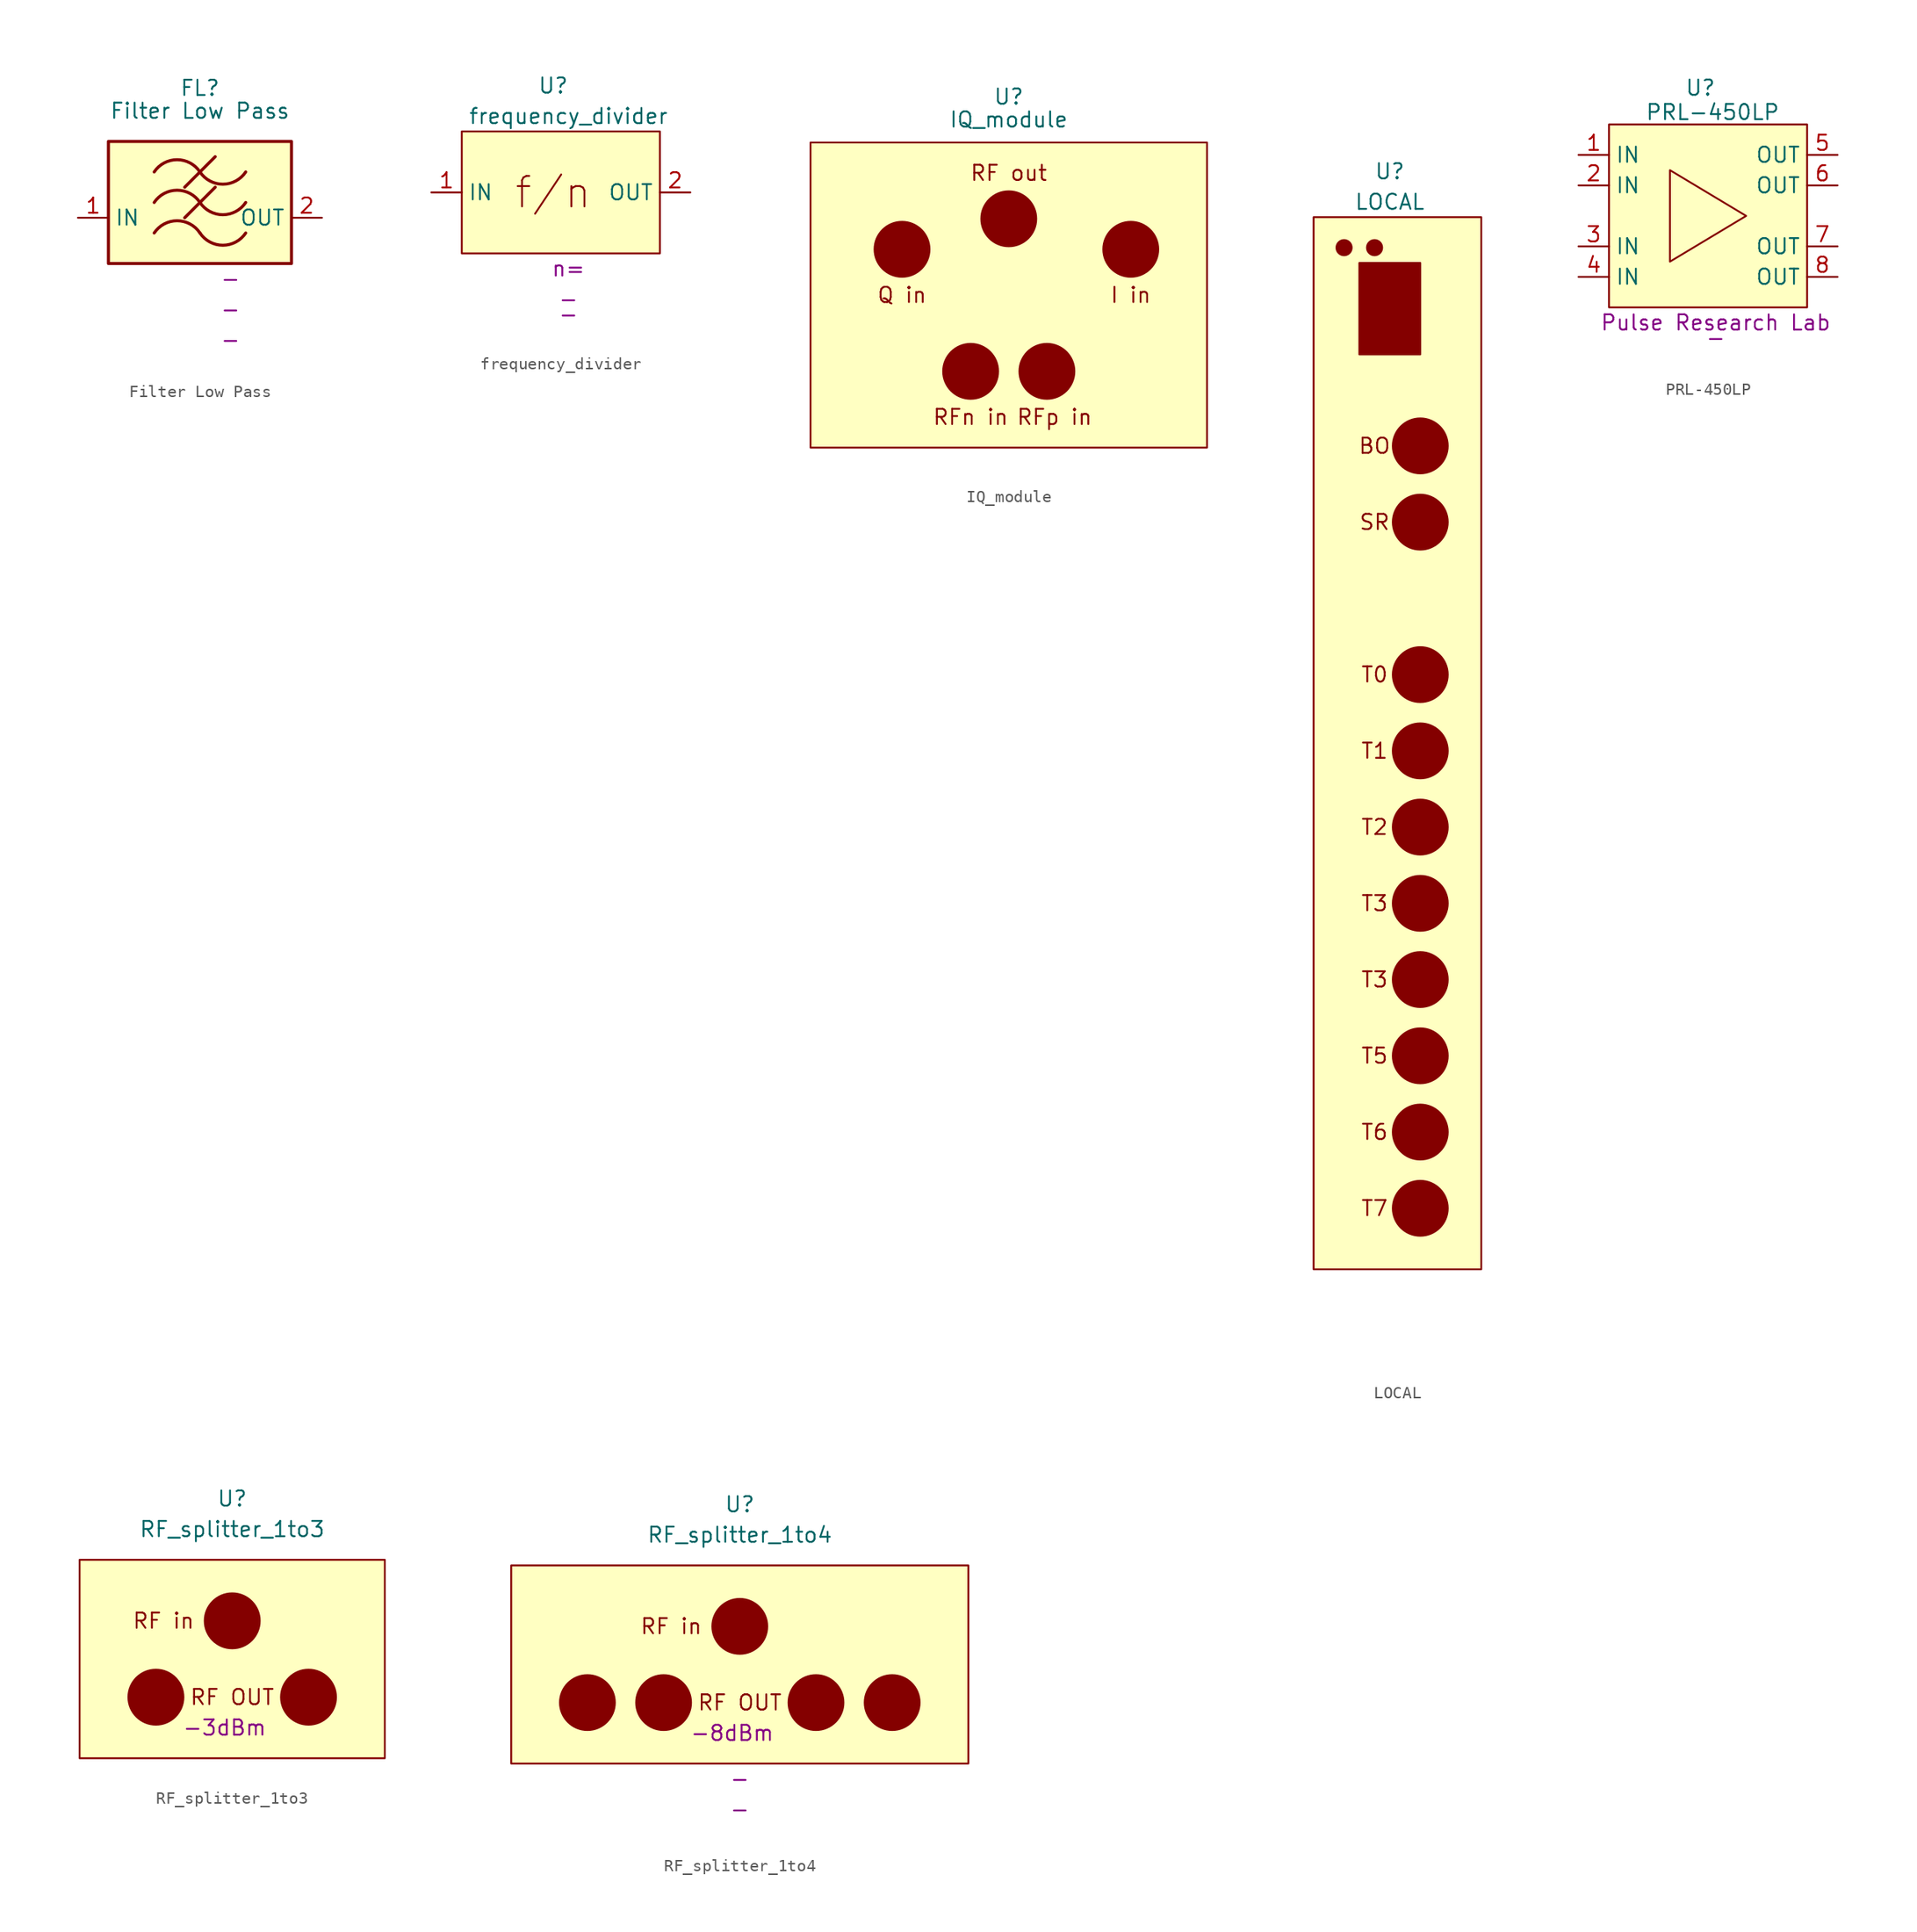
<source format=kicad_sym>
(kicad_symbol_lib
  (version 20231120)
  (generator "kicad_symbol_editor")
  (generator_version "8.0")
  (symbol "Filter Low Pass"
    (property "Reference" "FL"
      (at 0 10.795 0)
      (effects (font (size 1.27 1.27))))
    (property "Value" "Filter Low Pass"
      (at 0 8.89 0)
      (effects (font (size 1.27 1.27))))
    (property "Passband" "-"
      (at 2.54 -5.08 0)
      (effects (font (size 1.27 1.27))))
    (property "Manufacturer" "-"
      (at 2.54 -7.62 0)
      (effects (font (size 1.27 1.27))))
    (property "Manufacturer ref" "-"
      (at 2.54 -10.16 0)
      (effects (font (size 1.27 1.27))))
    (symbol "Filter Low Pass_0_1"
      (rectangle (start -7.62 6.35) (end 7.62 -3.81) (stroke (width 0.254) (type default)) (fill (type background)))
      (arc (start 0 -1.27) (mid -1.905 -0.2505) (end -3.81 -1.27) (stroke (width 0.254) (type default)) (fill (type none)))
      (arc (start 0 -1.27) (mid 1.905 -2.2895) (end 3.81 -1.27) (stroke (width 0.254) (type default)) (fill (type none)))
      (polyline (pts (xy -1.27 0) (xy 1.27 2.54)) (stroke (width 0.254) (type default)) (fill (type none)))
      (polyline (pts (xy -1.27 2.54) (xy 1.27 5.08)) (stroke (width 0.254) (type default)) (fill (type none)))
      (arc (start 0 1.27) (mid -1.905 2.2895) (end -3.81 1.27) (stroke (width 0.254) (type default)) (fill (type none)))
      (arc (start 0 1.27) (mid 1.905 0.2505) (end 3.81 1.27) (stroke (width 0.254) (type default)) (fill (type none)))
      (arc (start 0 3.81) (mid -1.905 4.8295) (end -3.81 3.81) (stroke (width 0.254) (type default)) (fill (type none)))
      (arc (start 0 3.81) (mid 1.905 2.7905) (end 3.81 3.81) (stroke (width 0.254) (type default)) (fill (type none))))
    (symbol "Filter Low Pass_1_1"
      (pin passive line (at -10.16 0 0) (length 2.54) (name "IN" (effects (font (size 1.27 1.27)))) (number "1" (effects (font (size 1.27 1.27)))))
      (pin passive line (at 10.16 0 180) (length 2.54) (name "OUT" (effects (font (size 1.27 1.27)))) (number "2" (effects (font (size 1.27 1.27)))))))
  (symbol "frequency_divider"
    (property "Reference" "U"
      (at 10.16 8.89 0)
      (effects (font (size 1.27 1.27))))
    (property "Value" "frequency_divider"
      (at 11.43 6.35 0)
      (effects (font (size 1.27 1.27))))
    (property "division_ratio" "n="
      (at 11.43 -6.35 0)
      (effects (font (size 1.27 1.27))))
    (property "Manufacturer" "-"
      (at 11.43 -8.89 0)
      (effects (font (size 1.27 1.27))))
    (property "Manufacturer Ref" "-"
      (at 11.43 -10.16 0)
      (effects (font (size 1.27 1.27))))
    (symbol "frequency_divider_0_0"
      (text "f/n" (at 10.16 0 0) (effects (font (size 2.54 2.54)))))
    (symbol "frequency_divider_0_1"
      (rectangle (start 2.54 5.08) (end 19.05 -5.08) (stroke (width 0.152) (type default)) (fill (type background))))
    (symbol "frequency_divider_1_1"
      (pin input line (at 0 0 0) (length 2.54) (name "IN" (effects (font (size 1.27 1.27)))) (number "1" (effects (font (size 1.27 1.27)))))
      (pin output line (at 21.59 0 180) (length 2.54) (name "OUT" (effects (font (size 1.27 1.27)))) (number "2" (effects (font (size 1.27 1.27)))))))
  (symbol "IQ_module"
    (property "Reference" "U"
      (at 0 10.16 0)
      (effects (font (size 1.27 1.27))))
    (property "Value" "IQ_module"
      (at 0 8.255 0)
      (effects (font (size 1.27 1.27))))
    (symbol "IQ_module_0_0"
      (rectangle (start -16.51 6.35) (end 16.51 -19.05) (stroke (width 0.152) (type default)) (fill (type background)))
      (text "I in" (at 10.16 -6.35 0) (effects (font (size 1.27 1.27))))
      (text "Q in" (at -8.89 -6.35 0) (effects (font (size 1.27 1.27))))
      (text "RF out" (at 0 3.81 0) (effects (font (size 1.27 1.27))))
      (text "RFn in" (at -3.175 -16.51 0) (effects (font (size 1.27 1.27))))
      (text "RFp in" (at 3.81 -16.51 0) (effects (font (size 1.27 1.27)))))
    (symbol "IQ_module_0_1"
      (circle (center -8.89 -2.54) (radius 2.289) (stroke (width 0.152) (type default)) (fill (type outline)))
      (circle (center -3.175 -12.7) (radius 2.289) (stroke (width 0.152) (type default)) (fill (type outline)))
      (circle (center 0 0) (radius 2.289) (stroke (width 0.152) (type default)) (fill (type outline)))
      (circle (center 3.175 -12.7) (radius 2.289) (stroke (width 0.152) (type default)) (fill (type outline)))
      (circle (center 10.16 -2.54) (radius 2.289) (stroke (width 0.152) (type default)) (fill (type outline))))
    (symbol "IQ_module_1_1"
      (pin output line (at 0 0 90) (length 2.54) hide (name "RF_OUT" (effects (font (size 1.27 1.27)))) (number "1" (effects (font (size 1.27 1.27)))))
      (pin input line (at -8.89 -2.54 90) (length 2.54) hide (name "Q_in" (effects (font (size 1.27 1.27)))) (number "2" (effects (font (size 1.27 1.27)))))
      (pin input line (at 10.16 -2.54 90) (length 2.54) hide (name "I_in" (effects (font (size 1.27 1.27)))) (number "3" (effects (font (size 1.27 1.27)))))
      (pin input line (at -3.175 -12.7 90) (length 2.54) hide (name "RFn_in" (effects (font (size 1.27 1.27)))) (number "4" (effects (font (size 1.27 1.27)))))
      (pin input line (at 3.175 -12.7 90) (length 2.54) hide (name "RFp_in" (effects (font (size 1.27 1.27)))) (number "5" (effects (font (size 1.27 1.27)))))))
  (symbol "LOCAL"
    (property "Reference" "U"
      (at 0 10.16 0)
      (effects (font (size 1.27 1.27))))
    (property "Value" "LOCAL"
      (at 0 7.62 0)
      (effects (font (size 1.27 1.27))))
    (symbol "LOCAL_0_0"
      (rectangle (start -6.35 6.35) (end 7.62 -81.28) (stroke (width 0.152) (type default)) (fill (type background)))
      (circle (center -3.81 3.81) (radius 0.635) (stroke (width 0.152) (type default)) (fill (type outline)))
      (circle (center -1.27 3.81) (radius 0.635) (stroke (width 0.152) (type default)) (fill (type outline)))
      (text "BO" (at -1.27 -12.7 0) (effects (font (size 1.27 1.27))))
      (text "SR" (at -1.27 -19.05 0) (effects (font (size 1.27 1.27))))
      (text "T0" (at -1.27 -31.75 0) (effects (font (size 1.27 1.27))))
      (text "T1" (at -1.27 -38.1 0) (effects (font (size 1.27 1.27))))
      (text "T2" (at -1.27 -44.45 0) (effects (font (size 1.27 1.27))))
      (text "T3" (at -1.27 -57.15 0) (effects (font (size 1.27 1.27))))
      (text "T3" (at -1.27 -50.8 0) (effects (font (size 1.27 1.27))))
      (text "T5" (at -1.27 -63.5 0) (effects (font (size 1.27 1.27))))
      (text "T6" (at -1.27 -69.85 0) (effects (font (size 1.27 1.27))))
      (text "T7" (at -1.27 -76.2 0) (effects (font (size 1.27 1.27)))))
    (symbol "LOCAL_0_1"
      (rectangle (start -2.54 2.54) (end 2.54 -5.08) (stroke (width 0.152) (type default)) (fill (type outline)))
      (circle (center 2.54 -76.2) (radius 2.289) (stroke (width 0.152) (type default)) (fill (type outline)))
      (circle (center 2.54 -69.85) (radius 2.289) (stroke (width 0.152) (type default)) (fill (type outline)))
      (circle (center 2.54 -63.5) (radius 2.289) (stroke (width 0.152) (type default)) (fill (type outline)))
      (circle (center 2.54 -57.15) (radius 2.289) (stroke (width 0.152) (type default)) (fill (type outline)))
      (circle (center 2.54 -50.8) (radius 2.289) (stroke (width 0.152) (type default)) (fill (type outline)))
      (circle (center 2.54 -44.45) (radius 2.289) (stroke (width 0.152) (type default)) (fill (type outline)))
      (circle (center 2.54 -38.1) (radius 2.289) (stroke (width 0.152) (type default)) (fill (type outline)))
      (circle (center 2.54 -31.75) (radius 2.289) (stroke (width 0.152) (type default)) (fill (type outline)))
      (circle (center 2.54 -19.05) (radius 2.289) (stroke (width 0.152) (type default)) (fill (type outline)))
      (circle (center 2.54 -12.7) (radius 2.289) (stroke (width 0.152) (type default)) (fill (type outline))))
    (symbol "LOCAL_1_1"
      (pin input line (at 0 -1.27 180) (length 2.54) hide (name "OP-IN" (effects (font (size 1.27 1.27)))) (number "1" (effects (font (size 1.27 1.27)))))
      (pin output line (at 2.54 -69.85 180) (length 2.54) hide (name "T6" (effects (font (size 1.27 1.27)))) (number "10" (effects (font (size 1.27 1.27)))))
      (pin output line (at 2.54 -76.2 180) (length 2.54) hide (name "T7" (effects (font (size 1.27 1.27)))) (number "11" (effects (font (size 1.27 1.27)))))
      (pin output clock (at 2.54 -12.7 180) (length 2.54) hide (name "CLK-BO" (effects (font (size 1.27 1.27)))) (number "2" (effects (font (size 1.27 1.27)))))
      (pin output clock (at 2.54 -19.05 180) (length 2.54) hide (name "CLK-SR" (effects (font (size 1.27 1.27)))) (number "3" (effects (font (size 1.27 1.27)))))
      (pin output line (at 2.54 -31.75 180) (length 2.54) hide (name "T0" (effects (font (size 1.27 1.27)))) (number "4" (effects (font (size 1.27 1.27)))))
      (pin output line (at 2.54 -38.1 180) (length 2.54) hide (name "T1" (effects (font (size 1.27 1.27)))) (number "5" (effects (font (size 1.27 1.27)))))
      (pin output line (at 2.54 -44.45 180) (length 2.54) hide (name "T2" (effects (font (size 1.27 1.27)))) (number "6" (effects (font (size 1.27 1.27)))))
      (pin output line (at 2.54 -50.8 180) (length 2.54) hide (name "T3" (effects (font (size 1.27 1.27)))) (number "7" (effects (font (size 1.27 1.27)))))
      (pin output line (at 2.54 -57.15 180) (length 2.54) hide (name "T4" (effects (font (size 1.27 1.27)))) (number "8" (effects (font (size 1.27 1.27)))))
      (pin output line (at 2.54 -63.5 180) (length 2.54) hide (name "T5" (effects (font (size 1.27 1.27)))) (number "9" (effects (font (size 1.27 1.27)))))))
  (symbol "PRL-450LP"
    (property "Reference" "U"
      (at 0 10.668 0)
      (effects (font (size 1.27 1.27))))
    (property "Value" "PRL-450LP"
      (at 1.016 8.636 0)
      (effects (font (size 1.27 1.27))))
    (property "Manufacturer" "Pulse Research Lab"
      (at 1.27 -8.89 0)
      (effects (font (size 1.27 1.27))))
    (property "Manufacturer Ref" "-"
      (at 1.27 -10.16 0)
      (effects (font (size 1.27 1.27))))
    (symbol "PRL-450LP_0_1"
      (rectangle (start -7.62 7.62) (end 8.89 -7.62) (stroke (width 0.152) (type default)) (fill (type background)))
      (polyline (pts (xy -2.54 3.81) (xy 3.81 0) (xy -2.54 -3.81) (xy -2.54 3.81)) (stroke (width 0.152) (type default)) (fill (type none))))
    (symbol "PRL-450LP_1_1"
      (pin input line (at -10.16 5.08 0) (length 2.54) (name "IN" (effects (font (size 1.27 1.27)))) (number "1" (effects (font (size 1.27 1.27)))))
      (pin input line (at -10.16 2.54 0) (length 2.54) (name "IN" (effects (font (size 1.27 1.27)))) (number "2" (effects (font (size 1.27 1.27)))))
      (pin input line (at -10.16 -2.54 0) (length 2.54) (name "IN" (effects (font (size 1.27 1.27)))) (number "3" (effects (font (size 1.27 1.27)))))
      (pin input line (at -10.16 -5.08 0) (length 2.54) (name "IN" (effects (font (size 1.27 1.27)))) (number "4" (effects (font (size 1.27 1.27)))))
      (pin output line (at 11.43 5.08 180) (length 2.54) (name "OUT" (effects (font (size 1.27 1.27)))) (number "5" (effects (font (size 1.27 1.27)))))
      (pin output line (at 11.43 2.54 180) (length 2.54) (name "OUT" (effects (font (size 1.27 1.27)))) (number "6" (effects (font (size 1.27 1.27)))))
      (pin output line (at 11.43 -2.54 180) (length 2.54) (name "OUT" (effects (font (size 1.27 1.27)))) (number "7" (effects (font (size 1.27 1.27)))))
      (pin output line (at 11.43 -5.08 180) (length 2.54) (name "OUT" (effects (font (size 1.27 1.27)))) (number "8" (effects (font (size 1.27 1.27)))))))
  (symbol "RF_splitter_1to3"
    (property "Reference" "U"
      (at 0 10.16 0)
      (effects (font (size 1.27 1.27))))
    (property "Value" "RF_splitter_1to3"
      (at 0 7.62 0)
      (effects (font (size 1.27 1.27))))
    (property "Attenuation" "-3dBm"
      (at -0.635 -8.89 0)
      (effects (font (size 1.27 1.27))))
    (symbol "RF_splitter_1to3_0_0"
      (rectangle (start -12.7 5.08) (end 12.7 -11.43) (stroke (width 0.152) (type default)) (fill (type background)))
      (text "RF in" (at -5.715 0 0) (effects (font (size 1.27 1.27))))
      (text "RF OUT" (at 0 -6.35 0) (effects (font (size 1.27 1.27)))))
    (symbol "RF_splitter_1to3_0_1"
      (circle (center -6.35 -6.35) (radius 2.289) (stroke (width 0.152) (type default)) (fill (type outline)))
      (circle (center 0 0) (radius 2.289) (stroke (width 0.152) (type default)) (fill (type outline)))
      (circle (center 6.35 -6.35) (radius 2.289) (stroke (width 0.152) (type default)) (fill (type outline))))
    (symbol "RF_splitter_1to3_1_1"
      (pin input line (at 0 0 90) (length 2.54) hide (name "RF_IN" (effects (font (size 1.27 1.27)))) (number "1" (effects (font (size 1.27 1.27)))))
      (pin output line (at 6.35 -6.35 90) (length 2.54) hide (name "RF_OUT" (effects (font (size 1.27 1.27)))) (number "2" (effects (font (size 1.27 1.27)))))
      (pin output line (at -6.35 -6.35 90) (length 2.54) hide (name "RF_OUT" (effects (font (size 1.27 1.27)))) (number "3" (effects (font (size 1.27 1.27)))))))
  (symbol "RF_splitter_1to4"
    (property "Reference" "U"
      (at 0 10.16 0)
      (effects (font (size 1.27 1.27))))
    (property "Value" "RF_splitter_1to4"
      (at 0 7.62 0)
      (effects (font (size 1.27 1.27))))
    (property "Attenuation" "-8dBm"
      (at -0.635 -8.89 0)
      (effects (font (size 1.27 1.27))))
    (property "Manufacturer" "-"
      (at 0 -12.7 0)
      (effects (font (size 1.27 1.27))))
    (property "Manufacturer Ref" "-"
      (at 0 -15.24 0)
      (effects (font (size 1.27 1.27))))
    (symbol "RF_splitter_1to4_0_0"
      (rectangle (start -19.05 5.08) (end 19.05 -11.43) (stroke (width 0.152) (type default)) (fill (type background)))
      (text "RF in" (at -5.715 0 0) (effects (font (size 1.27 1.27))))
      (text "RF OUT" (at 0 -6.35 0) (effects (font (size 1.27 1.27)))))
    (symbol "RF_splitter_1to4_0_1"
      (circle (center -12.7 -6.35) (radius 2.289) (stroke (width 0.152) (type default)) (fill (type outline)))
      (circle (center -6.35 -6.35) (radius 2.289) (stroke (width 0.152) (type default)) (fill (type outline)))
      (circle (center 0 0) (radius 2.289) (stroke (width 0.152) (type default)) (fill (type outline)))
      (circle (center 6.35 -6.35) (radius 2.289) (stroke (width 0.152) (type default)) (fill (type outline)))
      (circle (center 12.7 -6.35) (radius 2.289) (stroke (width 0.152) (type default)) (fill (type outline))))
    (symbol "RF_splitter_1to4_1_1"
      (pin input line (at 0 0 90) (length 2.54) hide (name "RF_IN" (effects (font (size 1.27 1.27)))) (number "1" (effects (font (size 1.27 1.27)))))
      (pin output line (at -12.7 -6.35 90) (length 2.54) hide (name "RF_OUT" (effects (font (size 1.27 1.27)))) (number "2" (effects (font (size 1.27 1.27)))))
      (pin output line (at -6.35 -6.35 90) (length 2.54) hide (name "RF_OUT" (effects (font (size 1.27 1.27)))) (number "3" (effects (font (size 1.27 1.27)))))
      (pin output line (at 6.35 -6.35 90) (length 2.54) hide (name "RF_OUT" (effects (font (size 1.27 1.27)))) (number "4" (effects (font (size 1.27 1.27)))))
      (pin output line (at 12.7 -6.35 90) (length 2.54) hide (name "RF_OUT" (effects (font (size 1.27 1.27)))) (number "5" (effects (font (size 1.27 1.27))))))))
</source>
